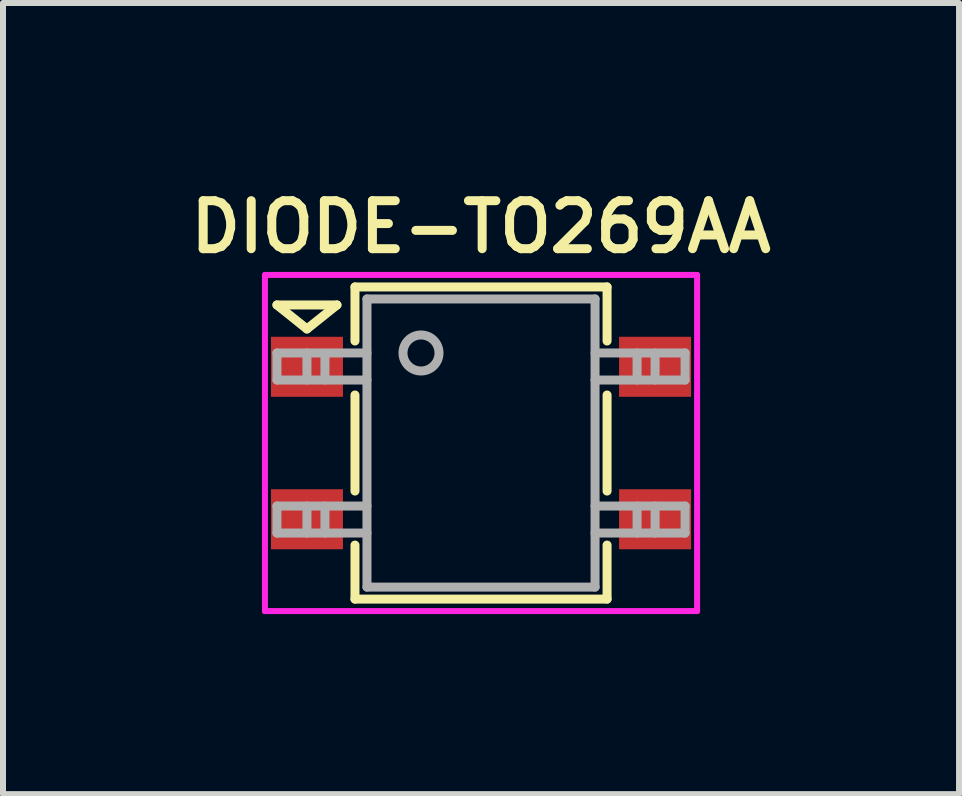
<source format=kicad_pcb>
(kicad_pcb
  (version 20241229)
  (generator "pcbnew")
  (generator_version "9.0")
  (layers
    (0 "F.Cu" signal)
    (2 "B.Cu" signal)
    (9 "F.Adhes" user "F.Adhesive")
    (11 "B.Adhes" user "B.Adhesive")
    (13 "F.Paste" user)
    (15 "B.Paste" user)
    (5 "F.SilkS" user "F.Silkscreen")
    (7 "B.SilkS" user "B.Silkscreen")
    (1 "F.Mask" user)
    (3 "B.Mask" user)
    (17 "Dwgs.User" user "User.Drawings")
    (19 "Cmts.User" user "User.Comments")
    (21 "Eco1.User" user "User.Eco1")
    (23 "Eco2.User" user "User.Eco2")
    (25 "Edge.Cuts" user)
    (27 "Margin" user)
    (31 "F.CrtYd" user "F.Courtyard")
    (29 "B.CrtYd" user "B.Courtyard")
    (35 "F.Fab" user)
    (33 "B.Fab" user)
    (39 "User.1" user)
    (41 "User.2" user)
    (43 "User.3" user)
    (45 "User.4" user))
  (footprint "DIODE-TO269AA"
    (layer "F.Cu")
    (at 4.964 4.331)
    (property "Reference" "DIODE-TO269AA" (at 0 -3.6 0) (layer "F.SilkS") (effects (font (size 0.8 0.8) (thickness 0.15))))
    (attr through_hole)
    (fp_line (start -3.4 -2.3) (end -2.4 -2.3) (stroke (width 0.15) (type solid)) (layer "F.SilkS"))
    (fp_line (start -2.9 -1.9) (end -3.4 -2.3) (stroke (width 0.15) (type solid)) (layer "F.SilkS"))
    (fp_line (start -2.4 -2.3) (end -2.9 -1.9) (stroke (width 0.15) (type solid)) (layer "F.SilkS"))
    (fp_line (start -2.1 -2.6) (end 2.1 -2.6) (stroke (width 0.15) (type solid)) (layer "F.SilkS"))
    (fp_line (start -2.1 -1.7) (end -2.1 -2.6) (stroke (width 0.15) (type solid)) (layer "F.SilkS"))
    (fp_line (start -2.1 0.8) (end -2.1 -0.8) (stroke (width 0.15) (type solid)) (layer "F.SilkS"))
    (fp_line (start -2.1 2.6) (end -2.1 1.7) (stroke (width 0.15) (type solid)) (layer "F.SilkS"))
    (fp_line (start 2.1 -2.6) (end 2.1 -1.7) (stroke (width 0.15) (type solid)) (layer "F.SilkS"))
    (fp_line (start 2.1 -0.8) (end 2.1 0.8) (stroke (width 0.15) (type solid)) (layer "F.SilkS"))
    (fp_line (start 2.1 1.7) (end 2.1 2.6) (stroke (width 0.15) (type solid)) (layer "F.SilkS"))
    (fp_line (start 2.1 2.6) (end -2.1 2.6) (stroke (width 0.15) (type solid)) (layer "F.SilkS"))
    (fp_line (start -3.6 -2.8) (end -3.6 2.8) (stroke (width 0.1) (type solid)) (layer "F.CrtYd"))
    (fp_line (start -3.6 2.8) (end 3.6 2.8) (stroke (width 0.1) (type solid)) (layer "F.CrtYd"))
    (fp_line (start 3.6 -2.8) (end -3.6 -2.8) (stroke (width 0.1) (type solid)) (layer "F.CrtYd"))
    (fp_line (start 3.6 2.8) (end 3.6 -2.8) (stroke (width 0.1) (type solid)) (layer "F.CrtYd"))
    (fp_line (start -3.4 -1.5) (end -3.4 -1.05) (stroke (width 0.15) (type solid)) (layer "F.Fab"))
    (fp_line (start -3.4 -1.05) (end -1.9 -1.05) (stroke (width 0.15) (type solid)) (layer "F.Fab"))
    (fp_line (start -3.4 1.05) (end -1.9 1.05) (stroke (width 0.15) (type solid)) (layer "F.Fab"))
    (fp_line (start -3.4 1.5) (end -3.4 1.05) (stroke (width 0.15) (type solid)) (layer "F.Fab"))
    (fp_line (start -2.9 -1.05) (end -2.9 -1.5) (stroke (width 0.15) (type solid)) (layer "F.Fab"))
    (fp_line (start -2.9 1.5) (end -2.9 1.05) (stroke (width 0.15) (type solid)) (layer "F.Fab"))
    (fp_line (start -2.6 -1.05) (end -2.6 -1.45) (stroke (width 0.15) (type solid)) (layer "F.Fab"))
    (fp_line (start -2.6 1.05) (end -2.6 1.5) (stroke (width 0.15) (type solid)) (layer "F.Fab"))
    (fp_line (start -1.9 -1.5) (end -3.4 -1.5) (stroke (width 0.15) (type solid)) (layer "F.Fab"))
    (fp_line (start -1.9 1.5) (end -3.4 1.5) (stroke (width 0.15) (type solid)) (layer "F.Fab"))
    (fp_line (start -1.9 2.4) (end -1.9 -2.4) (stroke (width 0.15) (type solid)) (layer "F.Fab"))
    (fp_line (start 1.9 -2.4) (end -1.9 -2.4) (stroke (width 0.15) (type solid)) (layer "F.Fab"))
    (fp_line (start 1.9 -2.4) (end 1.9 2.4) (stroke (width 0.15) (type solid)) (layer "F.Fab"))
    (fp_line (start 1.9 -1.5) (end 3.4 -1.5) (stroke (width 0.15) (type solid)) (layer "F.Fab"))
    (fp_line (start 1.9 1.5) (end 3.4 1.5) (stroke (width 0.15) (type solid)) (layer "F.Fab"))
    (fp_line (start 1.9 2.4) (end -1.9 2.4) (stroke (width 0.15) (type solid)) (layer "F.Fab"))
    (fp_line (start 2.6 -1.05) (end 2.6 -1.5) (stroke (width 0.15) (type solid)) (layer "F.Fab"))
    (fp_line (start 2.6 1.5) (end 2.6 1.05) (stroke (width 0.15) (type solid)) (layer "F.Fab"))
    (fp_line (start 2.9 -1.05) (end 2.9 -1.5) (stroke (width 0.15) (type solid)) (layer "F.Fab"))
    (fp_line (start 2.9 1.5) (end 2.9 1.05) (stroke (width 0.15) (type solid)) (layer "F.Fab"))
    (fp_line (start 3.4 -1.5) (end 3.4 -1.05) (stroke (width 0.15) (type solid)) (layer "F.Fab"))
    (fp_line (start 3.4 -1.05) (end 1.9 -1.05) (stroke (width 0.15) (type solid)) (layer "F.Fab"))
    (fp_line (start 3.4 1.05) (end 1.9 1.05) (stroke (width 0.15) (type solid)) (layer "F.Fab"))
    (fp_line (start 3.4 1.5) (end 3.4 1.05) (stroke (width 0.15) (type solid)) (layer "F.Fab"))
    (fp_circle (center -1 -1.5) (end -0.7 -1.5) (stroke (width 0.15) (type solid)) (fill no) (layer "F.Fab"))
    (pad "1" smd rect (at -2.9 -1.27) (size 1.2 1) (layers "F.Cu" "F.Mask" "F.Paste"))
    (pad "2" smd rect (at -2.9 1.27) (size 1.2 1) (layers "F.Cu" "F.Mask" "F.Paste"))
    (pad "3" smd rect (at 2.9 1.27) (size 1.2 1) (layers "F.Cu" "F.Mask" "F.Paste"))
    (pad "4" smd rect (at 2.9 -1.27) (size 1.2 1) (layers "F.Cu" "F.Mask" "F.Paste")))
  (gr_rect
    (start -3 -3)
    (end 12.928 10.181)
    (stroke (width 0.1) (type default))
    (fill no)
    (layer "Edge.Cuts")))
</source>
